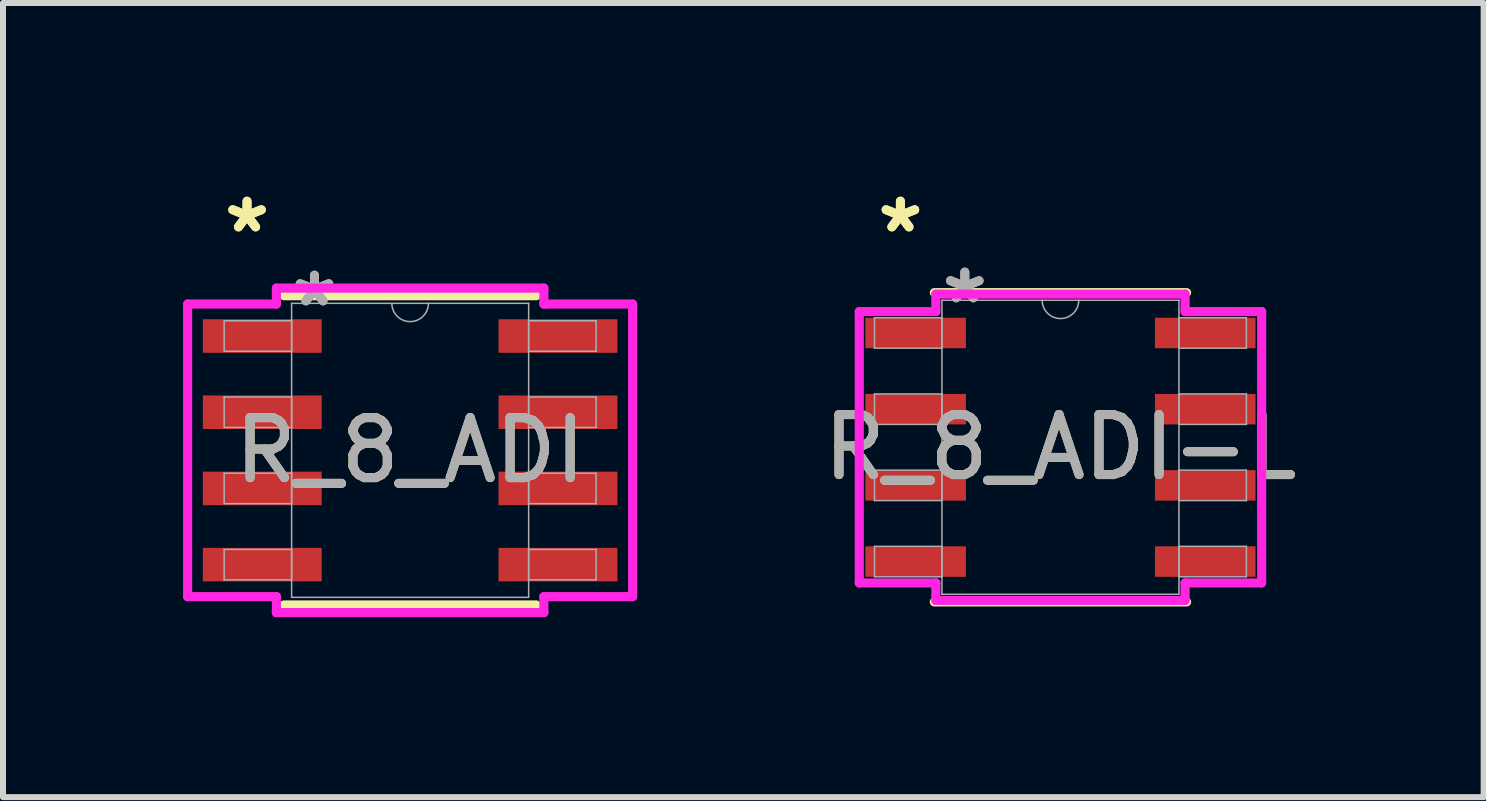
<source format=kicad_pcb>
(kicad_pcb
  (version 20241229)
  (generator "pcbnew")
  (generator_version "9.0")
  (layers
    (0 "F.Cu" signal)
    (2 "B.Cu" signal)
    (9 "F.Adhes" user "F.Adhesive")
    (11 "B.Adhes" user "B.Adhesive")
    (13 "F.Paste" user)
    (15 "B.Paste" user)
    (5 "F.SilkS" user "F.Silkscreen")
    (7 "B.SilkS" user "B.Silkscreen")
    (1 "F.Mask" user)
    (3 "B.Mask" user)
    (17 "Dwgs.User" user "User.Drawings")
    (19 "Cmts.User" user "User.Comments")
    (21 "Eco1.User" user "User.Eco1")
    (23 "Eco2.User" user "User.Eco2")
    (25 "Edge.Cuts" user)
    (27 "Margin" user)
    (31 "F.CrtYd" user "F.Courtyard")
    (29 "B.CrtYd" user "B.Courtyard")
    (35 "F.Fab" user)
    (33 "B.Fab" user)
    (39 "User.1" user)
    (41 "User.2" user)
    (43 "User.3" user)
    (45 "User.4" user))
  (footprint "R_8_ADI-L"
    (layer "F.Cu")
    (at 14.623 4.404)
    (property "Reference" "R_8_ADI-L" (at 0 0 0) (unlocked yes) (layer "F.SilkS") (effects (font (size 1 1) (thickness 0.15))))
    (attr smd)
    (fp_line (start -2.102 2.577) (end 2.102 2.577) (stroke (width 0.152) (type solid)) (layer "F.SilkS"))
    (fp_line (start 2.102 -2.577) (end -2.102 -2.577) (stroke (width 0.152) (type solid)) (layer "F.SilkS"))
    (fp_line (start -3.353 -2.261) (end -2.077 -2.261) (stroke (width 0.152) (type solid)) (layer "F.CrtYd"))
    (fp_line (start -3.353 2.261) (end -3.353 -2.261) (stroke (width 0.152) (type solid)) (layer "F.CrtYd"))
    (fp_line (start -3.353 2.261) (end -2.077 2.261) (stroke (width 0.152) (type solid)) (layer "F.CrtYd"))
    (fp_line (start -2.077 -2.552) (end 2.077 -2.552) (stroke (width 0.152) (type solid)) (layer "F.CrtYd"))
    (fp_line (start -2.077 -2.261) (end -2.077 -2.552) (stroke (width 0.152) (type solid)) (layer "F.CrtYd"))
    (fp_line (start -2.077 2.552) (end -2.077 2.261) (stroke (width 0.152) (type solid)) (layer "F.CrtYd"))
    (fp_line (start 2.077 -2.552) (end 2.077 -2.261) (stroke (width 0.152) (type solid)) (layer "F.CrtYd"))
    (fp_line (start 2.077 2.261) (end 2.077 2.552) (stroke (width 0.152) (type solid)) (layer "F.CrtYd"))
    (fp_line (start 2.077 2.552) (end -2.077 2.552) (stroke (width 0.152) (type solid)) (layer "F.CrtYd"))
    (fp_line (start 3.353 -2.261) (end 2.077 -2.261) (stroke (width 0.152) (type solid)) (layer "F.CrtYd"))
    (fp_line (start 3.353 -2.261) (end 3.353 2.261) (stroke (width 0.152) (type solid)) (layer "F.CrtYd"))
    (fp_line (start 3.353 2.261) (end 2.077 2.261) (stroke (width 0.152) (type solid)) (layer "F.CrtYd"))
    (fp_line (start -3.099 -2.159) (end -3.099 -1.651) (stroke (width 0.025) (type solid)) (layer "F.Fab"))
    (fp_line (start -3.099 -1.651) (end -1.975 -1.651) (stroke (width 0.025) (type solid)) (layer "F.Fab"))
    (fp_line (start -3.099 -0.889) (end -3.099 -0.381) (stroke (width 0.025) (type solid)) (layer "F.Fab"))
    (fp_line (start -3.099 -0.381) (end -1.975 -0.381) (stroke (width 0.025) (type solid)) (layer "F.Fab"))
    (fp_line (start -3.099 0.381) (end -3.099 0.889) (stroke (width 0.025) (type solid)) (layer "F.Fab"))
    (fp_line (start -3.099 0.889) (end -1.975 0.889) (stroke (width 0.025) (type solid)) (layer "F.Fab"))
    (fp_line (start -3.099 1.651) (end -3.099 2.159) (stroke (width 0.025) (type solid)) (layer "F.Fab"))
    (fp_line (start -3.099 2.159) (end -1.975 2.159) (stroke (width 0.025) (type solid)) (layer "F.Fab"))
    (fp_line (start -1.975 -2.45) (end -1.975 2.45) (stroke (width 0.025) (type solid)) (layer "F.Fab"))
    (fp_line (start -1.975 -2.159) (end -3.099 -2.159) (stroke (width 0.025) (type solid)) (layer "F.Fab"))
    (fp_line (start -1.975 -1.651) (end -1.975 -2.159) (stroke (width 0.025) (type solid)) (layer "F.Fab"))
    (fp_line (start -1.975 -0.889) (end -3.099 -0.889) (stroke (width 0.025) (type solid)) (layer "F.Fab"))
    (fp_line (start -1.975 -0.381) (end -1.975 -0.889) (stroke (width 0.025) (type solid)) (layer "F.Fab"))
    (fp_line (start -1.975 0.381) (end -3.099 0.381) (stroke (width 0.025) (type solid)) (layer "F.Fab"))
    (fp_line (start -1.975 0.889) (end -1.975 0.381) (stroke (width 0.025) (type solid)) (layer "F.Fab"))
    (fp_line (start -1.975 1.651) (end -3.099 1.651) (stroke (width 0.025) (type solid)) (layer "F.Fab"))
    (fp_line (start -1.975 2.159) (end -1.975 1.651) (stroke (width 0.025) (type solid)) (layer "F.Fab"))
    (fp_line (start -1.975 2.45) (end 1.975 2.45) (stroke (width 0.025) (type solid)) (layer "F.Fab"))
    (fp_line (start 1.975 -2.45) (end -1.975 -2.45) (stroke (width 0.025) (type solid)) (layer "F.Fab"))
    (fp_line (start 1.975 -2.159) (end 1.975 -1.651) (stroke (width 0.025) (type solid)) (layer "F.Fab"))
    (fp_line (start 1.975 -1.651) (end 3.099 -1.651) (stroke (width 0.025) (type solid)) (layer "F.Fab"))
    (fp_line (start 1.975 -0.889) (end 1.975 -0.381) (stroke (width 0.025) (type solid)) (layer "F.Fab"))
    (fp_line (start 1.975 -0.381) (end 3.099 -0.381) (stroke (width 0.025) (type solid)) (layer "F.Fab"))
    (fp_line (start 1.975 0.381) (end 1.975 0.889) (stroke (width 0.025) (type solid)) (layer "F.Fab"))
    (fp_line (start 1.975 0.889) (end 3.099 0.889) (stroke (width 0.025) (type solid)) (layer "F.Fab"))
    (fp_line (start 1.975 1.651) (end 1.975 2.159) (stroke (width 0.025) (type solid)) (layer "F.Fab"))
    (fp_line (start 1.975 2.159) (end 3.099 2.159) (stroke (width 0.025) (type solid)) (layer "F.Fab"))
    (fp_line (start 1.975 2.45) (end 1.975 -2.45) (stroke (width 0.025) (type solid)) (layer "F.Fab"))
    (fp_line (start 3.099 -2.159) (end 1.975 -2.159) (stroke (width 0.025) (type solid)) (layer "F.Fab"))
    (fp_line (start 3.099 -1.651) (end 3.099 -2.159) (stroke (width 0.025) (type solid)) (layer "F.Fab"))
    (fp_line (start 3.099 -0.889) (end 1.975 -0.889) (stroke (width 0.025) (type solid)) (layer "F.Fab"))
    (fp_line (start 3.099 -0.381) (end 3.099 -0.889) (stroke (width 0.025) (type solid)) (layer "F.Fab"))
    (fp_line (start 3.099 0.381) (end 1.975 0.381) (stroke (width 0.025) (type solid)) (layer "F.Fab"))
    (fp_line (start 3.099 0.889) (end 3.099 0.381) (stroke (width 0.025) (type solid)) (layer "F.Fab"))
    (fp_line (start 3.099 1.651) (end 1.975 1.651) (stroke (width 0.025) (type solid)) (layer "F.Fab"))
    (fp_line (start 3.099 2.159) (end 3.099 1.651) (stroke (width 0.025) (type solid)) (layer "F.Fab"))
    (fp_arc (start 0.3048 -2.45) (mid 0 -2.1452) (end -0.3048 -2.45) (stroke (width 0.0254) (type solid)) (layer "F.Fab"))
    (fp_text user "*" (at -2.667 -3.556 0) (layer "F.SilkS") (effects (font (size 1 1) (thickness 0.15))))
    (fp_text user "*" (at -2.667 -3.556 0) (unlocked yes) (layer "F.SilkS") (effects (font (size 1 1) (thickness 0.15))))
    (fp_text user "*" (at -1.594 -2.374 0) (layer "F.Fab") (effects (font (size 1 1) (thickness 0.15))))
    (fp_text user "${REFERENCE}" (at 0 0 0) (unlocked yes) (layer "F.Fab") (effects (font (size 1 1) (thickness 0.15))))
    (fp_text user "*" (at -1.594 -2.374 0) (unlocked yes) (layer "F.Fab") (effects (font (size 1 1) (thickness 0.15))))
    (pad "1" smd rect (at -2.413 -1.905) (size 1.676 0.508) (layers "F.Cu" "F.Mask" "F.Paste"))
    (pad "2" smd rect (at -2.413 -0.635) (size 1.676 0.508) (layers "F.Cu" "F.Mask" "F.Paste"))
    (pad "3" smd rect (at -2.413 0.635) (size 1.676 0.508) (layers "F.Cu" "F.Mask" "F.Paste"))
    (pad "4" smd rect (at -2.413 1.905) (size 1.676 0.508) (layers "F.Cu" "F.Mask" "F.Paste"))
    (pad "5" smd rect (at 2.413 1.905) (size 1.676 0.508) (layers "F.Cu" "F.Mask" "F.Paste"))
    (pad "6" smd rect (at 2.413 0.635) (size 1.676 0.508) (layers "F.Cu" "F.Mask" "F.Paste"))
    (pad "7" smd rect (at 2.413 -0.635) (size 1.676 0.508) (layers "F.Cu" "F.Mask" "F.Paste"))
    (pad "8" smd rect (at 2.413 -1.905) (size 1.676 0.508) (layers "F.Cu" "F.Mask" "F.Paste")))
  (footprint "R_8_ADI"
    (layer "F.Cu")
    (at 3.785 4.455)
    (property "Reference" "R_8_ADI" (at 0 0 0) (unlocked yes) (layer "F.SilkS") (effects (font (size 1 1) (thickness 0.15))))
    (attr smd)
    (fp_line (start -2.102 2.577) (end 2.102 2.577) (stroke (width 0.152) (type solid)) (layer "F.SilkS"))
    (fp_line (start 2.102 -2.577) (end -2.102 -2.577) (stroke (width 0.152) (type solid)) (layer "F.SilkS"))
    (fp_line (start -3.708 -2.438) (end -2.229 -2.438) (stroke (width 0.152) (type solid)) (layer "F.CrtYd"))
    (fp_line (start -3.708 2.438) (end -3.708 -2.438) (stroke (width 0.152) (type solid)) (layer "F.CrtYd"))
    (fp_line (start -3.708 2.438) (end -2.229 2.438) (stroke (width 0.152) (type solid)) (layer "F.CrtYd"))
    (fp_line (start -2.229 -2.704) (end 2.229 -2.704) (stroke (width 0.152) (type solid)) (layer "F.CrtYd"))
    (fp_line (start -2.229 -2.438) (end -2.229 -2.704) (stroke (width 0.152) (type solid)) (layer "F.CrtYd"))
    (fp_line (start -2.229 2.704) (end -2.229 2.438) (stroke (width 0.152) (type solid)) (layer "F.CrtYd"))
    (fp_line (start 2.229 -2.704) (end 2.229 -2.438) (stroke (width 0.152) (type solid)) (layer "F.CrtYd"))
    (fp_line (start 2.229 2.438) (end 2.229 2.704) (stroke (width 0.152) (type solid)) (layer "F.CrtYd"))
    (fp_line (start 2.229 2.704) (end -2.229 2.704) (stroke (width 0.152) (type solid)) (layer "F.CrtYd"))
    (fp_line (start 3.708 -2.438) (end 2.229 -2.438) (stroke (width 0.152) (type solid)) (layer "F.CrtYd"))
    (fp_line (start 3.708 -2.438) (end 3.708 2.438) (stroke (width 0.152) (type solid)) (layer "F.CrtYd"))
    (fp_line (start 3.708 2.438) (end 2.229 2.438) (stroke (width 0.152) (type solid)) (layer "F.CrtYd"))
    (fp_line (start -3.099 -2.159) (end -3.099 -1.651) (stroke (width 0.025) (type solid)) (layer "F.Fab"))
    (fp_line (start -3.099 -1.651) (end -1.975 -1.651) (stroke (width 0.025) (type solid)) (layer "F.Fab"))
    (fp_line (start -3.099 -0.889) (end -3.099 -0.381) (stroke (width 0.025) (type solid)) (layer "F.Fab"))
    (fp_line (start -3.099 -0.381) (end -1.975 -0.381) (stroke (width 0.025) (type solid)) (layer "F.Fab"))
    (fp_line (start -3.099 0.381) (end -3.099 0.889) (stroke (width 0.025) (type solid)) (layer "F.Fab"))
    (fp_line (start -3.099 0.889) (end -1.975 0.889) (stroke (width 0.025) (type solid)) (layer "F.Fab"))
    (fp_line (start -3.099 1.651) (end -3.099 2.159) (stroke (width 0.025) (type solid)) (layer "F.Fab"))
    (fp_line (start -3.099 2.159) (end -1.975 2.159) (stroke (width 0.025) (type solid)) (layer "F.Fab"))
    (fp_line (start -1.975 -2.45) (end -1.975 2.45) (stroke (width 0.025) (type solid)) (layer "F.Fab"))
    (fp_line (start -1.975 -2.159) (end -3.099 -2.159) (stroke (width 0.025) (type solid)) (layer "F.Fab"))
    (fp_line (start -1.975 -1.651) (end -1.975 -2.159) (stroke (width 0.025) (type solid)) (layer "F.Fab"))
    (fp_line (start -1.975 -0.889) (end -3.099 -0.889) (stroke (width 0.025) (type solid)) (layer "F.Fab"))
    (fp_line (start -1.975 -0.381) (end -1.975 -0.889) (stroke (width 0.025) (type solid)) (layer "F.Fab"))
    (fp_line (start -1.975 0.381) (end -3.099 0.381) (stroke (width 0.025) (type solid)) (layer "F.Fab"))
    (fp_line (start -1.975 0.889) (end -1.975 0.381) (stroke (width 0.025) (type solid)) (layer "F.Fab"))
    (fp_line (start -1.975 1.651) (end -3.099 1.651) (stroke (width 0.025) (type solid)) (layer "F.Fab"))
    (fp_line (start -1.975 2.159) (end -1.975 1.651) (stroke (width 0.025) (type solid)) (layer "F.Fab"))
    (fp_line (start -1.975 2.45) (end 1.975 2.45) (stroke (width 0.025) (type solid)) (layer "F.Fab"))
    (fp_line (start 1.975 -2.45) (end -1.975 -2.45) (stroke (width 0.025) (type solid)) (layer "F.Fab"))
    (fp_line (start 1.975 -2.159) (end 1.975 -1.651) (stroke (width 0.025) (type solid)) (layer "F.Fab"))
    (fp_line (start 1.975 -1.651) (end 3.099 -1.651) (stroke (width 0.025) (type solid)) (layer "F.Fab"))
    (fp_line (start 1.975 -0.889) (end 1.975 -0.381) (stroke (width 0.025) (type solid)) (layer "F.Fab"))
    (fp_line (start 1.975 -0.381) (end 3.099 -0.381) (stroke (width 0.025) (type solid)) (layer "F.Fab"))
    (fp_line (start 1.975 0.381) (end 1.975 0.889) (stroke (width 0.025) (type solid)) (layer "F.Fab"))
    (fp_line (start 1.975 0.889) (end 3.099 0.889) (stroke (width 0.025) (type solid)) (layer "F.Fab"))
    (fp_line (start 1.975 1.651) (end 1.975 2.159) (stroke (width 0.025) (type solid)) (layer "F.Fab"))
    (fp_line (start 1.975 2.159) (end 3.099 2.159) (stroke (width 0.025) (type solid)) (layer "F.Fab"))
    (fp_line (start 1.975 2.45) (end 1.975 -2.45) (stroke (width 0.025) (type solid)) (layer "F.Fab"))
    (fp_line (start 3.099 -2.159) (end 1.975 -2.159) (stroke (width 0.025) (type solid)) (layer "F.Fab"))
    (fp_line (start 3.099 -1.651) (end 3.099 -2.159) (stroke (width 0.025) (type solid)) (layer "F.Fab"))
    (fp_line (start 3.099 -0.889) (end 1.975 -0.889) (stroke (width 0.025) (type solid)) (layer "F.Fab"))
    (fp_line (start 3.099 -0.381) (end 3.099 -0.889) (stroke (width 0.025) (type solid)) (layer "F.Fab"))
    (fp_line (start 3.099 0.381) (end 1.975 0.381) (stroke (width 0.025) (type solid)) (layer "F.Fab"))
    (fp_line (start 3.099 0.889) (end 3.099 0.381) (stroke (width 0.025) (type solid)) (layer "F.Fab"))
    (fp_line (start 3.099 1.651) (end 1.975 1.651) (stroke (width 0.025) (type solid)) (layer "F.Fab"))
    (fp_line (start 3.099 2.159) (end 3.099 1.651) (stroke (width 0.025) (type solid)) (layer "F.Fab"))
    (fp_arc (start 0.3048 -2.45) (mid 0 -2.1452) (end -0.3048 -2.45) (stroke (width 0.0254) (type solid)) (layer "F.Fab"))
    (fp_text user "*" (at -2.718 -3.607 0) (unlocked yes) (layer "F.SilkS") (effects (font (size 1 1) (thickness 0.15))))
    (fp_text user "*" (at -2.718 -3.607 0) (layer "F.SilkS") (effects (font (size 1 1) (thickness 0.15))))
    (fp_text user "*" (at -1.594 -2.374 0) (layer "F.Fab") (effects (font (size 1 1) (thickness 0.15))))
    (fp_text user "${REFERENCE}" (at 0 0 0) (unlocked yes) (layer "F.Fab") (effects (font (size 1 1) (thickness 0.15))))
    (fp_text user "*" (at -1.594 -2.374 0) (unlocked yes) (layer "F.Fab") (effects (font (size 1 1) (thickness 0.15))))
    (pad "1" smd rect (at -2.464 -1.905) (size 1.981 0.559) (layers "F.Cu" "F.Mask" "F.Paste"))
    (pad "2" smd rect (at -2.464 -0.635) (size 1.981 0.559) (layers "F.Cu" "F.Mask" "F.Paste"))
    (pad "3" smd rect (at -2.464 0.635) (size 1.981 0.559) (layers "F.Cu" "F.Mask" "F.Paste"))
    (pad "4" smd rect (at -2.464 1.905) (size 1.981 0.559) (layers "F.Cu" "F.Mask" "F.Paste"))
    (pad "5" smd rect (at 2.464 1.905) (size 1.981 0.559) (layers "F.Cu" "F.Mask" "F.Paste"))
    (pad "6" smd rect (at 2.464 0.635) (size 1.981 0.559) (layers "F.Cu" "F.Mask" "F.Paste"))
    (pad "7" smd rect (at 2.464 -0.635) (size 1.981 0.559) (layers "F.Cu" "F.Mask" "F.Paste"))
    (pad "8" smd rect (at 2.464 -1.905) (size 1.981 0.559) (layers "F.Cu" "F.Mask" "F.Paste")))
  (gr_rect
    (start -3 -3)
    (end 21.676 10.235)
    (stroke (width 0.1) (type default))
    (fill no)
    (layer "Edge.Cuts")))
</source>
